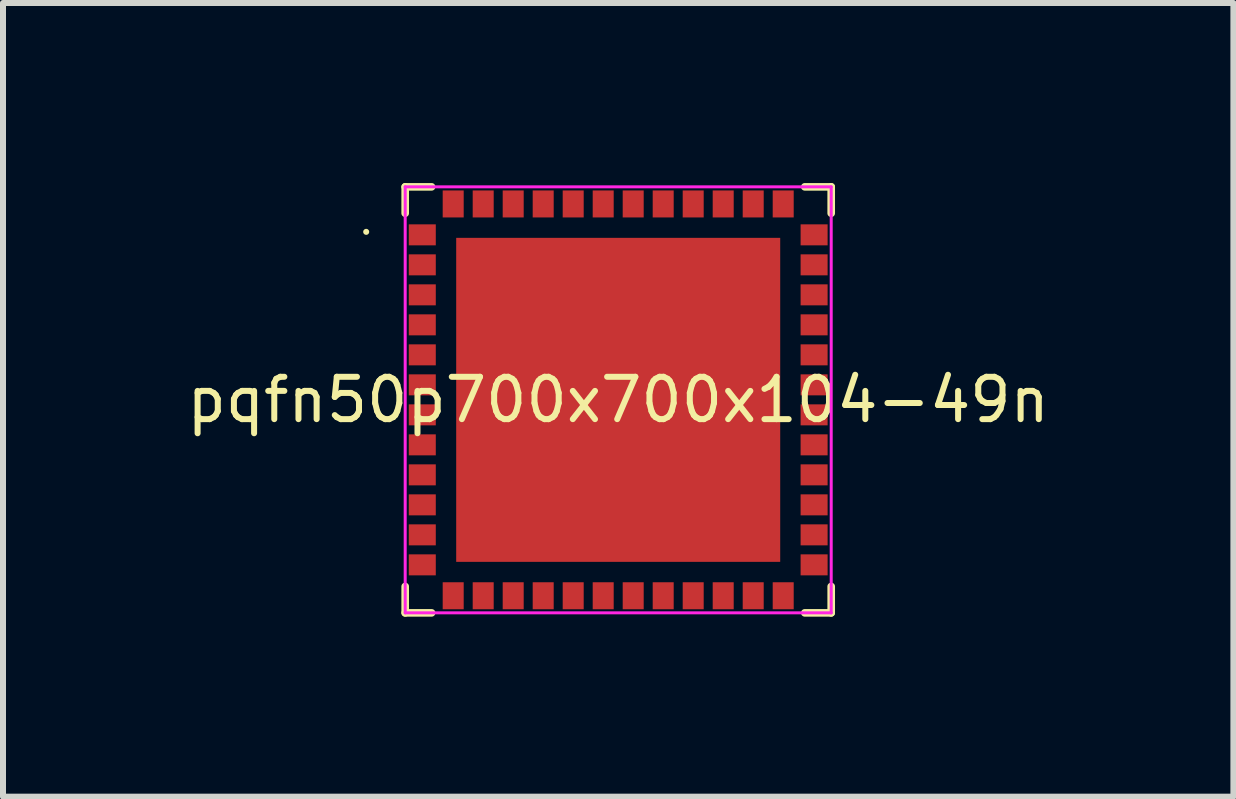
<source format=kicad_pcb>
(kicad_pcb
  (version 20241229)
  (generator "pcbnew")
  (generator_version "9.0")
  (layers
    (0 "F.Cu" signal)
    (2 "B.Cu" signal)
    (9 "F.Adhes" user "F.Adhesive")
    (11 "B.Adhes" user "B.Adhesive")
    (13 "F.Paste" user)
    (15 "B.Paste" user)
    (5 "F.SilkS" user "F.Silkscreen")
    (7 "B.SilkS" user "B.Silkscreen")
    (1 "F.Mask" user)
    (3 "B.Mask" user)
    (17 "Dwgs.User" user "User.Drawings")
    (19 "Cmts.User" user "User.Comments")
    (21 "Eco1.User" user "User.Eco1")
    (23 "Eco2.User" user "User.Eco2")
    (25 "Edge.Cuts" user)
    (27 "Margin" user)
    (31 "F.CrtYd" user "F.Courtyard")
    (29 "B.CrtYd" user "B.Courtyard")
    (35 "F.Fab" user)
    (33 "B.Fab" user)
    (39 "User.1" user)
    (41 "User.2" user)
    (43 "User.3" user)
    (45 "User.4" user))
  (footprint "pqfn50p700x700x104-49n"
    (layer "F.Cu")
    (at 7.253 3.614)
    (property "Reference" "pqfn50p700x700x104-49n" (at 0 0 0) (layer "F.SilkS") (effects (font (size 0.706 0.706) (thickness 0.1))))
    (attr through_hole)
    (fp_poly (pts (xy -3.49 -2.575) (xy -3.04 -2.575) (xy -3.04 -2.925) (xy -3.49 -2.925)) (stroke (width 0) (type solid)) (fill yes) (layer "F.Mask"))
    (fp_poly (pts (xy -3.49 -2.075) (xy -3.04 -2.075) (xy -3.04 -2.425) (xy -3.49 -2.425)) (stroke (width 0) (type solid)) (fill yes) (layer "F.Mask"))
    (fp_poly (pts (xy -3.49 -1.575) (xy -3.04 -1.575) (xy -3.04 -1.925) (xy -3.49 -1.925)) (stroke (width 0) (type solid)) (fill yes) (layer "F.Mask"))
    (fp_poly (pts (xy -3.49 -1.075) (xy -3.04 -1.075) (xy -3.04 -1.425) (xy -3.49 -1.425)) (stroke (width 0) (type solid)) (fill yes) (layer "F.Mask"))
    (fp_poly (pts (xy -3.49 -0.575) (xy -3.04 -0.575) (xy -3.04 -0.925) (xy -3.49 -0.925)) (stroke (width 0) (type solid)) (fill yes) (layer "F.Mask"))
    (fp_poly (pts (xy -3.49 -0.075) (xy -3.04 -0.075) (xy -3.04 -0.425) (xy -3.49 -0.425)) (stroke (width 0) (type solid)) (fill yes) (layer "F.Mask"))
    (fp_poly (pts (xy -3.49 0.425) (xy -3.04 0.425) (xy -3.04 0.075) (xy -3.49 0.075)) (stroke (width 0) (type solid)) (fill yes) (layer "F.Mask"))
    (fp_poly (pts (xy -3.49 0.925) (xy -3.04 0.925) (xy -3.04 0.575) (xy -3.49 0.575)) (stroke (width 0) (type solid)) (fill yes) (layer "F.Mask"))
    (fp_poly (pts (xy -3.49 1.425) (xy -3.04 1.425) (xy -3.04 1.075) (xy -3.49 1.075)) (stroke (width 0) (type solid)) (fill yes) (layer "F.Mask"))
    (fp_poly (pts (xy -3.49 1.925) (xy -3.04 1.925) (xy -3.04 1.575) (xy -3.49 1.575)) (stroke (width 0) (type solid)) (fill yes) (layer "F.Mask"))
    (fp_poly (pts (xy -3.49 2.425) (xy -3.04 2.425) (xy -3.04 2.075) (xy -3.49 2.075)) (stroke (width 0) (type solid)) (fill yes) (layer "F.Mask"))
    (fp_poly (pts (xy -3.49 2.925) (xy -3.04 2.925) (xy -3.04 2.575) (xy -3.49 2.575)) (stroke (width 0) (type solid)) (fill yes) (layer "F.Mask"))
    (fp_poly (pts (xy -2.925 -3.04) (xy -2.575 -3.04) (xy -2.575 -3.49) (xy -2.925 -3.49)) (stroke (width 0) (type solid)) (fill yes) (layer "F.Mask"))
    (fp_poly (pts (xy -2.925 3.49) (xy -2.575 3.49) (xy -2.575 3.04) (xy -2.925 3.04)) (stroke (width 0) (type solid)) (fill yes) (layer "F.Mask"))
    (fp_poly (pts (xy -2.7 2.7) (xy 2.7 2.7) (xy 2.7 -2.7) (xy -2.7 -2.7)) (stroke (width 0) (type solid)) (fill yes) (layer "F.Mask"))
    (fp_poly (pts (xy -2.425 -3.04) (xy -2.075 -3.04) (xy -2.075 -3.49) (xy -2.425 -3.49)) (stroke (width 0) (type solid)) (fill yes) (layer "F.Mask"))
    (fp_poly (pts (xy -2.425 3.49) (xy -2.075 3.49) (xy -2.075 3.04) (xy -2.425 3.04)) (stroke (width 0) (type solid)) (fill yes) (layer "F.Mask"))
    (fp_poly (pts (xy -1.925 -3.04) (xy -1.575 -3.04) (xy -1.575 -3.49) (xy -1.925 -3.49)) (stroke (width 0) (type solid)) (fill yes) (layer "F.Mask"))
    (fp_poly (pts (xy -1.925 3.49) (xy -1.575 3.49) (xy -1.575 3.04) (xy -1.925 3.04)) (stroke (width 0) (type solid)) (fill yes) (layer "F.Mask"))
    (fp_poly (pts (xy -1.425 -3.04) (xy -1.075 -3.04) (xy -1.075 -3.49) (xy -1.425 -3.49)) (stroke (width 0) (type solid)) (fill yes) (layer "F.Mask"))
    (fp_poly (pts (xy -1.425 3.49) (xy -1.075 3.49) (xy -1.075 3.04) (xy -1.425 3.04)) (stroke (width 0) (type solid)) (fill yes) (layer "F.Mask"))
    (fp_poly (pts (xy -0.925 -3.04) (xy -0.575 -3.04) (xy -0.575 -3.49) (xy -0.925 -3.49)) (stroke (width 0) (type solid)) (fill yes) (layer "F.Mask"))
    (fp_poly (pts (xy -0.925 3.49) (xy -0.575 3.49) (xy -0.575 3.04) (xy -0.925 3.04)) (stroke (width 0) (type solid)) (fill yes) (layer "F.Mask"))
    (fp_poly (pts (xy -0.425 -3.04) (xy -0.075 -3.04) (xy -0.075 -3.49) (xy -0.425 -3.49)) (stroke (width 0) (type solid)) (fill yes) (layer "F.Mask"))
    (fp_poly (pts (xy -0.425 3.49) (xy -0.075 3.49) (xy -0.075 3.04) (xy -0.425 3.04)) (stroke (width 0) (type solid)) (fill yes) (layer "F.Mask"))
    (fp_poly (pts (xy 0.075 -3.04) (xy 0.425 -3.04) (xy 0.425 -3.49) (xy 0.075 -3.49)) (stroke (width 0) (type solid)) (fill yes) (layer "F.Mask"))
    (fp_poly (pts (xy 0.075 3.49) (xy 0.425 3.49) (xy 0.425 3.04) (xy 0.075 3.04)) (stroke (width 0) (type solid)) (fill yes) (layer "F.Mask"))
    (fp_poly (pts (xy 0.575 -3.04) (xy 0.925 -3.04) (xy 0.925 -3.49) (xy 0.575 -3.49)) (stroke (width 0) (type solid)) (fill yes) (layer "F.Mask"))
    (fp_poly (pts (xy 0.575 3.49) (xy 0.925 3.49) (xy 0.925 3.04) (xy 0.575 3.04)) (stroke (width 0) (type solid)) (fill yes) (layer "F.Mask"))
    (fp_poly (pts (xy 1.075 -3.04) (xy 1.425 -3.04) (xy 1.425 -3.49) (xy 1.075 -3.49)) (stroke (width 0) (type solid)) (fill yes) (layer "F.Mask"))
    (fp_poly (pts (xy 1.075 3.49) (xy 1.425 3.49) (xy 1.425 3.04) (xy 1.075 3.04)) (stroke (width 0) (type solid)) (fill yes) (layer "F.Mask"))
    (fp_poly (pts (xy 1.575 -3.04) (xy 1.925 -3.04) (xy 1.925 -3.49) (xy 1.575 -3.49)) (stroke (width 0) (type solid)) (fill yes) (layer "F.Mask"))
    (fp_poly (pts (xy 1.575 3.49) (xy 1.925 3.49) (xy 1.925 3.04) (xy 1.575 3.04)) (stroke (width 0) (type solid)) (fill yes) (layer "F.Mask"))
    (fp_poly (pts (xy 2.075 -3.04) (xy 2.425 -3.04) (xy 2.425 -3.49) (xy 2.075 -3.49)) (stroke (width 0) (type solid)) (fill yes) (layer "F.Mask"))
    (fp_poly (pts (xy 2.075 3.49) (xy 2.425 3.49) (xy 2.425 3.04) (xy 2.075 3.04)) (stroke (width 0) (type solid)) (fill yes) (layer "F.Mask"))
    (fp_poly (pts (xy 2.575 -3.04) (xy 2.925 -3.04) (xy 2.925 -3.49) (xy 2.575 -3.49)) (stroke (width 0) (type solid)) (fill yes) (layer "F.Mask"))
    (fp_poly (pts (xy 2.575 3.49) (xy 2.925 3.49) (xy 2.925 3.04) (xy 2.575 3.04)) (stroke (width 0) (type solid)) (fill yes) (layer "F.Mask"))
    (fp_poly (pts (xy 3.04 -2.575) (xy 3.49 -2.575) (xy 3.49 -2.925) (xy 3.04 -2.925)) (stroke (width 0) (type solid)) (fill yes) (layer "F.Mask"))
    (fp_poly (pts (xy 3.04 -2.075) (xy 3.49 -2.075) (xy 3.49 -2.425) (xy 3.04 -2.425)) (stroke (width 0) (type solid)) (fill yes) (layer "F.Mask"))
    (fp_poly (pts (xy 3.04 -1.575) (xy 3.49 -1.575) (xy 3.49 -1.925) (xy 3.04 -1.925)) (stroke (width 0) (type solid)) (fill yes) (layer "F.Mask"))
    (fp_poly (pts (xy 3.04 -1.075) (xy 3.49 -1.075) (xy 3.49 -1.425) (xy 3.04 -1.425)) (stroke (width 0) (type solid)) (fill yes) (layer "F.Mask"))
    (fp_poly (pts (xy 3.04 -0.575) (xy 3.49 -0.575) (xy 3.49 -0.925) (xy 3.04 -0.925)) (stroke (width 0) (type solid)) (fill yes) (layer "F.Mask"))
    (fp_poly (pts (xy 3.04 -0.075) (xy 3.49 -0.075) (xy 3.49 -0.425) (xy 3.04 -0.425)) (stroke (width 0) (type solid)) (fill yes) (layer "F.Mask"))
    (fp_poly (pts (xy 3.04 0.425) (xy 3.49 0.425) (xy 3.49 0.075) (xy 3.04 0.075)) (stroke (width 0) (type solid)) (fill yes) (layer "F.Mask"))
    (fp_poly (pts (xy 3.04 0.925) (xy 3.49 0.925) (xy 3.49 0.575) (xy 3.04 0.575)) (stroke (width 0) (type solid)) (fill yes) (layer "F.Mask"))
    (fp_poly (pts (xy 3.04 1.425) (xy 3.49 1.425) (xy 3.49 1.075) (xy 3.04 1.075)) (stroke (width 0) (type solid)) (fill yes) (layer "F.Mask"))
    (fp_poly (pts (xy 3.04 1.925) (xy 3.49 1.925) (xy 3.49 1.575) (xy 3.04 1.575)) (stroke (width 0) (type solid)) (fill yes) (layer "F.Mask"))
    (fp_poly (pts (xy 3.04 2.425) (xy 3.49 2.425) (xy 3.49 2.075) (xy 3.04 2.075)) (stroke (width 0) (type solid)) (fill yes) (layer "F.Mask"))
    (fp_poly (pts (xy 3.04 2.925) (xy 3.49 2.925) (xy 3.49 2.575) (xy 3.04 2.575)) (stroke (width 0) (type solid)) (fill yes) (layer "F.Mask"))
    (fp_line (start -3.55 -3.55) (end -3.11 -3.55) (stroke (width 0.127) (type solid)) (layer "F.SilkS"))
    (fp_line (start -3.55 -3.11) (end -3.55 -3.55) (stroke (width 0.127) (type solid)) (layer "F.SilkS"))
    (fp_line (start -3.55 3.11) (end -3.55 3.55) (stroke (width 0.127) (type solid)) (layer "F.SilkS"))
    (fp_line (start -3.55 3.55) (end -3.11 3.55) (stroke (width 0.127) (type solid)) (layer "F.SilkS"))
    (fp_line (start 3.55 -3.55) (end 3.11 -3.55) (stroke (width 0.127) (type solid)) (layer "F.SilkS"))
    (fp_line (start 3.55 -3.11) (end 3.55 -3.55) (stroke (width 0.127) (type solid)) (layer "F.SilkS"))
    (fp_line (start 3.55 3.11) (end 3.55 3.55) (stroke (width 0.127) (type solid)) (layer "F.SilkS"))
    (fp_line (start 3.55 3.55) (end 3.11 3.55) (stroke (width 0.127) (type solid)) (layer "F.SilkS"))
    (fp_poly (pts (xy -4.15 -2.8) (xy -4.151 -2.81) (xy -4.154 -2.819) (xy -4.158 -2.828) (xy -4.165 -2.835) (xy -4.172 -2.842) (xy -4.181 -2.846) (xy -4.19 -2.849) (xy -4.2 -2.85) (xy -4.21 -2.849) (xy -4.219 -2.846) (xy -4.228 -2.842) (xy -4.235 -2.835) (xy -4.242 -2.828) (xy -4.246 -2.819) (xy -4.249 -2.81) (xy -4.25 -2.8) (xy -4.249 -2.79) (xy -4.246 -2.781) (xy -4.242 -2.772) (xy -4.235 -2.765) (xy -4.228 -2.758) (xy -4.219 -2.754) (xy -4.21 -2.751) (xy -4.2 -2.75) (xy -4.19 -2.751) (xy -4.181 -2.754) (xy -4.172 -2.758) (xy -4.165 -2.765) (xy -4.158 -2.772) (xy -4.154 -2.781) (xy -4.151 -2.79)) (stroke (width 0) (type solid)) (fill yes) (layer "F.SilkS"))
    (fp_poly (pts (xy -3.49 -2.575) (xy -3.04 -2.575) (xy -3.04 -2.925) (xy -3.49 -2.925)) (stroke (width 0) (type solid)) (fill yes) (layer "F.Paste"))
    (fp_poly (pts (xy -3.49 -2.075) (xy -3.04 -2.075) (xy -3.04 -2.425) (xy -3.49 -2.425)) (stroke (width 0) (type solid)) (fill yes) (layer "F.Paste"))
    (fp_poly (pts (xy -3.49 -1.575) (xy -3.04 -1.575) (xy -3.04 -1.925) (xy -3.49 -1.925)) (stroke (width 0) (type solid)) (fill yes) (layer "F.Paste"))
    (fp_poly (pts (xy -3.49 -1.075) (xy -3.04 -1.075) (xy -3.04 -1.425) (xy -3.49 -1.425)) (stroke (width 0) (type solid)) (fill yes) (layer "F.Paste"))
    (fp_poly (pts (xy -3.49 -0.575) (xy -3.04 -0.575) (xy -3.04 -0.925) (xy -3.49 -0.925)) (stroke (width 0) (type solid)) (fill yes) (layer "F.Paste"))
    (fp_poly (pts (xy -3.49 -0.075) (xy -3.04 -0.075) (xy -3.04 -0.425) (xy -3.49 -0.425)) (stroke (width 0) (type solid)) (fill yes) (layer "F.Paste"))
    (fp_poly (pts (xy -3.49 0.425) (xy -3.04 0.425) (xy -3.04 0.075) (xy -3.49 0.075)) (stroke (width 0) (type solid)) (fill yes) (layer "F.Paste"))
    (fp_poly (pts (xy -3.49 0.925) (xy -3.04 0.925) (xy -3.04 0.575) (xy -3.49 0.575)) (stroke (width 0) (type solid)) (fill yes) (layer "F.Paste"))
    (fp_poly (pts (xy -3.49 1.425) (xy -3.04 1.425) (xy -3.04 1.075) (xy -3.49 1.075)) (stroke (width 0) (type solid)) (fill yes) (layer "F.Paste"))
    (fp_poly (pts (xy -3.49 1.925) (xy -3.04 1.925) (xy -3.04 1.575) (xy -3.49 1.575)) (stroke (width 0) (type solid)) (fill yes) (layer "F.Paste"))
    (fp_poly (pts (xy -3.49 2.425) (xy -3.04 2.425) (xy -3.04 2.075) (xy -3.49 2.075)) (stroke (width 0) (type solid)) (fill yes) (layer "F.Paste"))
    (fp_poly (pts (xy -3.49 2.925) (xy -3.04 2.925) (xy -3.04 2.575) (xy -3.49 2.575)) (stroke (width 0) (type solid)) (fill yes) (layer "F.Paste"))
    (fp_poly (pts (xy -2.925 -3.04) (xy -2.575 -3.04) (xy -2.575 -3.49) (xy -2.925 -3.49)) (stroke (width 0) (type solid)) (fill yes) (layer "F.Paste"))
    (fp_poly (pts (xy -2.925 3.49) (xy -2.575 3.49) (xy -2.575 3.04) (xy -2.925 3.04)) (stroke (width 0) (type solid)) (fill yes) (layer "F.Paste"))
    (fp_poly (pts (xy -2.7 2.7) (xy 2.7 2.7) (xy 2.7 -2.7) (xy -2.7 -2.7)) (stroke (width 0) (type solid)) (fill yes) (layer "F.Paste"))
    (fp_poly (pts (xy -2.425 -3.04) (xy -2.075 -3.04) (xy -2.075 -3.49) (xy -2.425 -3.49)) (stroke (width 0) (type solid)) (fill yes) (layer "F.Paste"))
    (fp_poly (pts (xy -2.425 3.49) (xy -2.075 3.49) (xy -2.075 3.04) (xy -2.425 3.04)) (stroke (width 0) (type solid)) (fill yes) (layer "F.Paste"))
    (fp_poly (pts (xy -1.925 -3.04) (xy -1.575 -3.04) (xy -1.575 -3.49) (xy -1.925 -3.49)) (stroke (width 0) (type solid)) (fill yes) (layer "F.Paste"))
    (fp_poly (pts (xy -1.925 3.49) (xy -1.575 3.49) (xy -1.575 3.04) (xy -1.925 3.04)) (stroke (width 0) (type solid)) (fill yes) (layer "F.Paste"))
    (fp_poly (pts (xy -1.425 -3.04) (xy -1.075 -3.04) (xy -1.075 -3.49) (xy -1.425 -3.49)) (stroke (width 0) (type solid)) (fill yes) (layer "F.Paste"))
    (fp_poly (pts (xy -1.425 3.49) (xy -1.075 3.49) (xy -1.075 3.04) (xy -1.425 3.04)) (stroke (width 0) (type solid)) (fill yes) (layer "F.Paste"))
    (fp_poly (pts (xy -0.925 -3.04) (xy -0.575 -3.04) (xy -0.575 -3.49) (xy -0.925 -3.49)) (stroke (width 0) (type solid)) (fill yes) (layer "F.Paste"))
    (fp_poly (pts (xy -0.925 3.49) (xy -0.575 3.49) (xy -0.575 3.04) (xy -0.925 3.04)) (stroke (width 0) (type solid)) (fill yes) (layer "F.Paste"))
    (fp_poly (pts (xy -0.425 -3.04) (xy -0.075 -3.04) (xy -0.075 -3.49) (xy -0.425 -3.49)) (stroke (width 0) (type solid)) (fill yes) (layer "F.Paste"))
    (fp_poly (pts (xy -0.425 3.49) (xy -0.075 3.49) (xy -0.075 3.04) (xy -0.425 3.04)) (stroke (width 0) (type solid)) (fill yes) (layer "F.Paste"))
    (fp_poly (pts (xy 0.075 -3.04) (xy 0.425 -3.04) (xy 0.425 -3.49) (xy 0.075 -3.49)) (stroke (width 0) (type solid)) (fill yes) (layer "F.Paste"))
    (fp_poly (pts (xy 0.075 3.49) (xy 0.425 3.49) (xy 0.425 3.04) (xy 0.075 3.04)) (stroke (width 0) (type solid)) (fill yes) (layer "F.Paste"))
    (fp_poly (pts (xy 0.575 -3.04) (xy 0.925 -3.04) (xy 0.925 -3.49) (xy 0.575 -3.49)) (stroke (width 0) (type solid)) (fill yes) (layer "F.Paste"))
    (fp_poly (pts (xy 0.575 3.49) (xy 0.925 3.49) (xy 0.925 3.04) (xy 0.575 3.04)) (stroke (width 0) (type solid)) (fill yes) (layer "F.Paste"))
    (fp_poly (pts (xy 1.075 -3.04) (xy 1.425 -3.04) (xy 1.425 -3.49) (xy 1.075 -3.49)) (stroke (width 0) (type solid)) (fill yes) (layer "F.Paste"))
    (fp_poly (pts (xy 1.075 3.49) (xy 1.425 3.49) (xy 1.425 3.04) (xy 1.075 3.04)) (stroke (width 0) (type solid)) (fill yes) (layer "F.Paste"))
    (fp_poly (pts (xy 1.575 -3.04) (xy 1.925 -3.04) (xy 1.925 -3.49) (xy 1.575 -3.49)) (stroke (width 0) (type solid)) (fill yes) (layer "F.Paste"))
    (fp_poly (pts (xy 1.575 3.49) (xy 1.925 3.49) (xy 1.925 3.04) (xy 1.575 3.04)) (stroke (width 0) (type solid)) (fill yes) (layer "F.Paste"))
    (fp_poly (pts (xy 2.075 -3.04) (xy 2.425 -3.04) (xy 2.425 -3.49) (xy 2.075 -3.49)) (stroke (width 0) (type solid)) (fill yes) (layer "F.Paste"))
    (fp_poly (pts (xy 2.075 3.49) (xy 2.425 3.49) (xy 2.425 3.04) (xy 2.075 3.04)) (stroke (width 0) (type solid)) (fill yes) (layer "F.Paste"))
    (fp_poly (pts (xy 2.575 -3.04) (xy 2.925 -3.04) (xy 2.925 -3.49) (xy 2.575 -3.49)) (stroke (width 0) (type solid)) (fill yes) (layer "F.Paste"))
    (fp_poly (pts (xy 2.575 3.49) (xy 2.925 3.49) (xy 2.925 3.04) (xy 2.575 3.04)) (stroke (width 0) (type solid)) (fill yes) (layer "F.Paste"))
    (fp_poly (pts (xy 3.04 -2.575) (xy 3.49 -2.575) (xy 3.49 -2.925) (xy 3.04 -2.925)) (stroke (width 0) (type solid)) (fill yes) (layer "F.Paste"))
    (fp_poly (pts (xy 3.04 -2.075) (xy 3.49 -2.075) (xy 3.49 -2.425) (xy 3.04 -2.425)) (stroke (width 0) (type solid)) (fill yes) (layer "F.Paste"))
    (fp_poly (pts (xy 3.04 -1.575) (xy 3.49 -1.575) (xy 3.49 -1.925) (xy 3.04 -1.925)) (stroke (width 0) (type solid)) (fill yes) (layer "F.Paste"))
    (fp_poly (pts (xy 3.04 -1.075) (xy 3.49 -1.075) (xy 3.49 -1.425) (xy 3.04 -1.425)) (stroke (width 0) (type solid)) (fill yes) (layer "F.Paste"))
    (fp_poly (pts (xy 3.04 -0.575) (xy 3.49 -0.575) (xy 3.49 -0.925) (xy 3.04 -0.925)) (stroke (width 0) (type solid)) (fill yes) (layer "F.Paste"))
    (fp_poly (pts (xy 3.04 -0.075) (xy 3.49 -0.075) (xy 3.49 -0.425) (xy 3.04 -0.425)) (stroke (width 0) (type solid)) (fill yes) (layer "F.Paste"))
    (fp_poly (pts (xy 3.04 0.425) (xy 3.49 0.425) (xy 3.49 0.075) (xy 3.04 0.075)) (stroke (width 0) (type solid)) (fill yes) (layer "F.Paste"))
    (fp_poly (pts (xy 3.04 0.925) (xy 3.49 0.925) (xy 3.49 0.575) (xy 3.04 0.575)) (stroke (width 0) (type solid)) (fill yes) (layer "F.Paste"))
    (fp_poly (pts (xy 3.04 1.425) (xy 3.49 1.425) (xy 3.49 1.075) (xy 3.04 1.075)) (stroke (width 0) (type solid)) (fill yes) (layer "F.Paste"))
    (fp_poly (pts (xy 3.04 1.925) (xy 3.49 1.925) (xy 3.49 1.575) (xy 3.04 1.575)) (stroke (width 0) (type solid)) (fill yes) (layer "F.Paste"))
    (fp_poly (pts (xy 3.04 2.425) (xy 3.49 2.425) (xy 3.49 2.075) (xy 3.04 2.075)) (stroke (width 0) (type solid)) (fill yes) (layer "F.Paste"))
    (fp_poly (pts (xy 3.04 2.925) (xy 3.49 2.925) (xy 3.49 2.575) (xy 3.04 2.575)) (stroke (width 0) (type solid)) (fill yes) (layer "F.Paste"))
    (fp_line (start -3.55 -3.55) (end -3.55 3.55) (stroke (width 0.05) (type solid)) (layer "F.CrtYd"))
    (fp_line (start -3.55 3.55) (end 3.55 3.55) (stroke (width 0.05) (type solid)) (layer "F.CrtYd"))
    (fp_line (start 3.55 -3.55) (end -3.55 -3.55) (stroke (width 0.05) (type solid)) (layer "F.CrtYd"))
    (fp_line (start 3.55 3.55) (end 3.55 -3.55) (stroke (width 0.05) (type solid)) (layer "F.CrtYd"))
    (pad "1" smd rect (at -3.265 -2.75) (size 0.45 0.35) (layers "F.Cu"))
    (pad "2" smd rect (at -3.265 -2.25) (size 0.45 0.35) (layers "F.Cu"))
    (pad "3" smd rect (at -3.265 -1.75) (size 0.45 0.35) (layers "F.Cu"))
    (pad "4" smd rect (at -3.265 -1.25) (size 0.45 0.35) (layers "F.Cu"))
    (pad "5" smd rect (at -3.265 -0.75) (size 0.45 0.35) (layers "F.Cu"))
    (pad "6" smd rect (at -3.265 -0.25) (size 0.45 0.35) (layers "F.Cu"))
    (pad "7" smd rect (at -3.265 0.25) (size 0.45 0.35) (layers "F.Cu"))
    (pad "8" smd rect (at -3.265 0.75) (size 0.45 0.35) (layers "F.Cu"))
    (pad "9" smd rect (at -3.265 1.25) (size 0.45 0.35) (layers "F.Cu"))
    (pad "10" smd rect (at -3.265 1.75) (size 0.45 0.35) (layers "F.Cu"))
    (pad "11" smd rect (at -3.265 2.25) (size 0.45 0.35) (layers "F.Cu"))
    (pad "12" smd rect (at -3.265 2.75) (size 0.45 0.35) (layers "F.Cu"))
    (pad "13" smd rect (at -2.75 3.265) (size 0.35 0.45) (layers "F.Cu"))
    (pad "14" smd rect (at -2.25 3.265) (size 0.35 0.45) (layers "F.Cu"))
    (pad "15" smd rect (at -1.75 3.265) (size 0.35 0.45) (layers "F.Cu"))
    (pad "16" smd rect (at -1.25 3.265) (size 0.35 0.45) (layers "F.Cu"))
    (pad "17" smd rect (at -0.75 3.265) (size 0.35 0.45) (layers "F.Cu"))
    (pad "18" smd rect (at -0.25 3.265) (size 0.35 0.45) (layers "F.Cu"))
    (pad "19" smd rect (at 0.25 3.265) (size 0.35 0.45) (layers "F.Cu"))
    (pad "20" smd rect (at 0.75 3.265) (size 0.35 0.45) (layers "F.Cu"))
    (pad "21" smd rect (at 1.25 3.265) (size 0.35 0.45) (layers "F.Cu"))
    (pad "22" smd rect (at 1.75 3.265) (size 0.35 0.45) (layers "F.Cu"))
    (pad "23" smd rect (at 2.25 3.265) (size 0.35 0.45) (layers "F.Cu"))
    (pad "24" smd rect (at 2.75 3.265) (size 0.35 0.45) (layers "F.Cu"))
    (pad "25" smd rect (at 3.265 2.75) (size 0.45 0.35) (layers "F.Cu"))
    (pad "26" smd rect (at 3.265 2.25) (size 0.45 0.35) (layers "F.Cu"))
    (pad "27" smd rect (at 3.265 1.75) (size 0.45 0.35) (layers "F.Cu"))
    (pad "28" smd rect (at 3.265 1.25) (size 0.45 0.35) (layers "F.Cu"))
    (pad "29" smd rect (at 3.265 0.75) (size 0.45 0.35) (layers "F.Cu"))
    (pad "30" smd rect (at 3.265 0.25) (size 0.45 0.35) (layers "F.Cu"))
    (pad "31" smd rect (at 3.265 -0.25) (size 0.45 0.35) (layers "F.Cu"))
    (pad "32" smd rect (at 3.265 -0.75) (size 0.45 0.35) (layers "F.Cu"))
    (pad "33" smd rect (at 3.265 -1.25) (size 0.45 0.35) (layers "F.Cu"))
    (pad "34" smd rect (at 3.265 -1.75) (size 0.45 0.35) (layers "F.Cu"))
    (pad "35" smd rect (at 3.265 -2.25) (size 0.45 0.35) (layers "F.Cu"))
    (pad "36" smd rect (at 3.265 -2.75) (size 0.45 0.35) (layers "F.Cu"))
    (pad "37" smd rect (at 2.75 -3.265) (size 0.35 0.45) (layers "F.Cu"))
    (pad "38" smd rect (at 2.25 -3.265) (size 0.35 0.45) (layers "F.Cu"))
    (pad "39" smd rect (at 1.75 -3.265) (size 0.35 0.45) (layers "F.Cu"))
    (pad "40" smd rect (at 1.25 -3.265) (size 0.35 0.45) (layers "F.Cu"))
    (pad "41" smd rect (at 0.75 -3.265) (size 0.35 0.45) (layers "F.Cu"))
    (pad "42" smd rect (at 0.25 -3.265) (size 0.35 0.45) (layers "F.Cu"))
    (pad "43" smd rect (at -0.25 -3.265) (size 0.35 0.45) (layers "F.Cu"))
    (pad "44" smd rect (at -0.75 -3.265) (size 0.35 0.45) (layers "F.Cu"))
    (pad "45" smd rect (at -1.25 -3.265) (size 0.35 0.45) (layers "F.Cu"))
    (pad "46" smd rect (at -1.75 -3.265) (size 0.35 0.45) (layers "F.Cu"))
    (pad "47" smd rect (at -2.25 -3.265) (size 0.35 0.45) (layers "F.Cu"))
    (pad "48" smd rect (at -2.75 -3.265) (size 0.35 0.45) (layers "F.Cu"))
    (pad "49" smd rect (at 0 0) (size 5.4 5.4) (layers "F.Cu")))
  (gr_rect
    (start -3 -3)
    (end 17.506 10.227)
    (stroke (width 0.1) (type default))
    (fill no)
    (layer "Edge.Cuts")))
</source>
